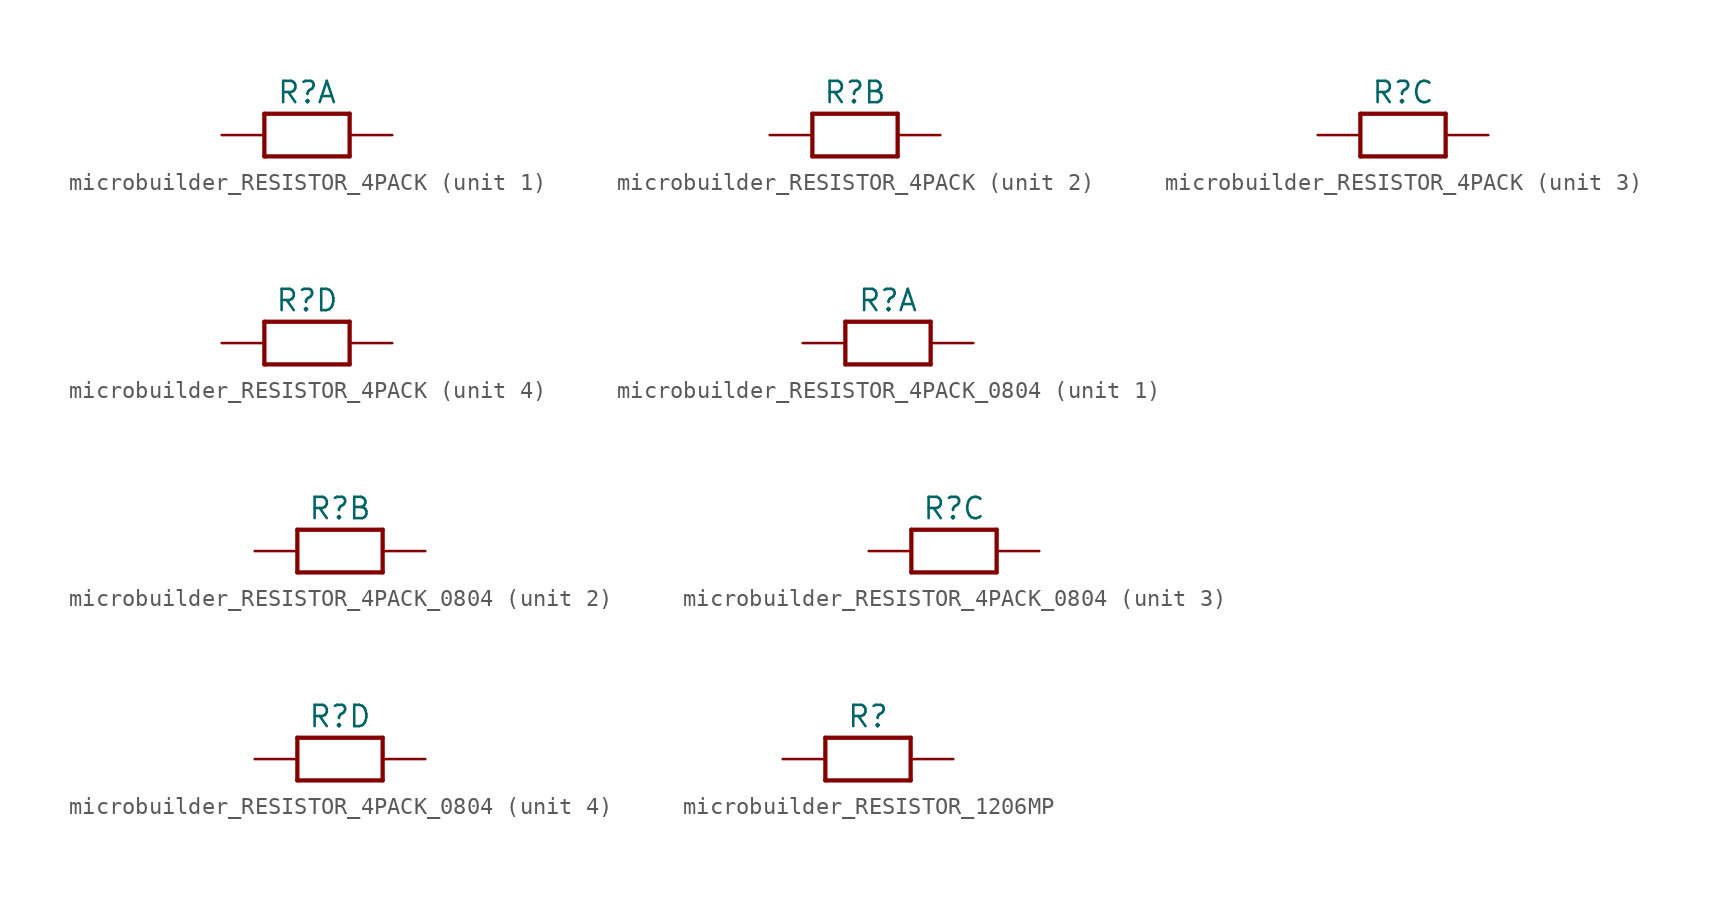
<source format=kicad_sym>
(kicad_symbol_lib
  (version 20231120)
  (generator "kicad_symbol_editor")
  (generator_version "8.0")
  (symbol "microbuilder_RESISTOR_4PACK"
    (property "Reference" "R"
      (at 0 2.54 0)
      (effects (font (size 1.27 1.27))))
    (property "Value" ""
      (at 0 0 0)
      (effects (font (size 1.016 1.016) (thickness 0.203) (bold yes))))
    (property "ki_locked" ""
      (at 0 0 0)
      (effects (font (size 1.27 1.27))))
    (symbol "microbuilder_RESISTOR_4PACK_1_0"
      (polyline (pts (xy -2.54 -1.27) (xy -2.54 1.27)) (stroke (width 0.254) (type solid)) (fill (type none)))
      (polyline (pts (xy -2.54 1.27) (xy 2.54 1.27)) (stroke (width 0.254) (type solid)) (fill (type none)))
      (polyline (pts (xy 2.54 -1.27) (xy -2.54 -1.27)) (stroke (width 0.254) (type solid)) (fill (type none)))
      (polyline (pts (xy 2.54 1.27) (xy 2.54 -1.27)) (stroke (width 0.254) (type solid)) (fill (type none)))
      (pin passive line (at -5.08 0 0) (length 2.54) (name "1" (effects (font (size 0 0)))) (number "1" (effects (font (size 0 0)))))
      (pin passive line (at 5.08 0 180) (length 2.54) (name "2" (effects (font (size 0 0)))) (number "8" (effects (font (size 0 0))))))
    (symbol "microbuilder_RESISTOR_4PACK_2_0"
      (polyline (pts (xy -2.54 -1.27) (xy -2.54 1.27)) (stroke (width 0.254) (type solid)) (fill (type none)))
      (polyline (pts (xy -2.54 1.27) (xy 2.54 1.27)) (stroke (width 0.254) (type solid)) (fill (type none)))
      (polyline (pts (xy 2.54 -1.27) (xy -2.54 -1.27)) (stroke (width 0.254) (type solid)) (fill (type none)))
      (polyline (pts (xy 2.54 1.27) (xy 2.54 -1.27)) (stroke (width 0.254) (type solid)) (fill (type none)))
      (pin passive line (at -5.08 0 0) (length 2.54) (name "1" (effects (font (size 0 0)))) (number "2" (effects (font (size 0 0)))))
      (pin passive line (at 5.08 0 180) (length 2.54) (name "2" (effects (font (size 0 0)))) (number "7" (effects (font (size 0 0))))))
    (symbol "microbuilder_RESISTOR_4PACK_3_0"
      (polyline (pts (xy -2.54 -1.27) (xy -2.54 1.27)) (stroke (width 0.254) (type solid)) (fill (type none)))
      (polyline (pts (xy -2.54 1.27) (xy 2.54 1.27)) (stroke (width 0.254) (type solid)) (fill (type none)))
      (polyline (pts (xy 2.54 -1.27) (xy -2.54 -1.27)) (stroke (width 0.254) (type solid)) (fill (type none)))
      (polyline (pts (xy 2.54 1.27) (xy 2.54 -1.27)) (stroke (width 0.254) (type solid)) (fill (type none)))
      (pin passive line (at -5.08 0 0) (length 2.54) (name "1" (effects (font (size 0 0)))) (number "3" (effects (font (size 0 0)))))
      (pin passive line (at 5.08 0 180) (length 2.54) (name "2" (effects (font (size 0 0)))) (number "6" (effects (font (size 0 0))))))
    (symbol "microbuilder_RESISTOR_4PACK_4_0"
      (polyline (pts (xy -2.54 -1.27) (xy -2.54 1.27)) (stroke (width 0.254) (type solid)) (fill (type none)))
      (polyline (pts (xy -2.54 1.27) (xy 2.54 1.27)) (stroke (width 0.254) (type solid)) (fill (type none)))
      (polyline (pts (xy 2.54 -1.27) (xy -2.54 -1.27)) (stroke (width 0.254) (type solid)) (fill (type none)))
      (polyline (pts (xy 2.54 1.27) (xy 2.54 -1.27)) (stroke (width 0.254) (type solid)) (fill (type none)))
      (pin passive line (at -5.08 0 0) (length 2.54) (name "1" (effects (font (size 0 0)))) (number "4" (effects (font (size 0 0)))))
      (pin passive line (at 5.08 0 180) (length 2.54) (name "2" (effects (font (size 0 0)))) (number "5" (effects (font (size 0 0)))))))
  (symbol "microbuilder_RESISTOR_4PACK_0804"
    (property "Reference" "R"
      (at 0 2.54 0)
      (effects (font (size 1.27 1.27))))
    (property "Value" ""
      (at 0 0 0)
      (effects (font (size 1.016 1.016) (thickness 0.203) (bold yes))))
    (property "ki_locked" ""
      (at 0 0 0)
      (effects (font (size 1.27 1.27))))
    (symbol "microbuilder_RESISTOR_4PACK_0804_1_0"
      (polyline (pts (xy -2.54 -1.27) (xy -2.54 1.27)) (stroke (width 0.254) (type solid)) (fill (type none)))
      (polyline (pts (xy -2.54 1.27) (xy 2.54 1.27)) (stroke (width 0.254) (type solid)) (fill (type none)))
      (polyline (pts (xy 2.54 -1.27) (xy -2.54 -1.27)) (stroke (width 0.254) (type solid)) (fill (type none)))
      (polyline (pts (xy 2.54 1.27) (xy 2.54 -1.27)) (stroke (width 0.254) (type solid)) (fill (type none)))
      (pin passive line (at -5.08 0 0) (length 2.54) (name "1" (effects (font (size 0 0)))) (number "1" (effects (font (size 0 0)))))
      (pin passive line (at 5.08 0 180) (length 2.54) (name "2" (effects (font (size 0 0)))) (number "8" (effects (font (size 0 0))))))
    (symbol "microbuilder_RESISTOR_4PACK_0804_2_0"
      (polyline (pts (xy -2.54 -1.27) (xy -2.54 1.27)) (stroke (width 0.254) (type solid)) (fill (type none)))
      (polyline (pts (xy -2.54 1.27) (xy 2.54 1.27)) (stroke (width 0.254) (type solid)) (fill (type none)))
      (polyline (pts (xy 2.54 -1.27) (xy -2.54 -1.27)) (stroke (width 0.254) (type solid)) (fill (type none)))
      (polyline (pts (xy 2.54 1.27) (xy 2.54 -1.27)) (stroke (width 0.254) (type solid)) (fill (type none)))
      (pin passive line (at -5.08 0 0) (length 2.54) (name "1" (effects (font (size 0 0)))) (number "2" (effects (font (size 0 0)))))
      (pin passive line (at 5.08 0 180) (length 2.54) (name "2" (effects (font (size 0 0)))) (number "7" (effects (font (size 0 0))))))
    (symbol "microbuilder_RESISTOR_4PACK_0804_3_0"
      (polyline (pts (xy -2.54 -1.27) (xy -2.54 1.27)) (stroke (width 0.254) (type solid)) (fill (type none)))
      (polyline (pts (xy -2.54 1.27) (xy 2.54 1.27)) (stroke (width 0.254) (type solid)) (fill (type none)))
      (polyline (pts (xy 2.54 -1.27) (xy -2.54 -1.27)) (stroke (width 0.254) (type solid)) (fill (type none)))
      (polyline (pts (xy 2.54 1.27) (xy 2.54 -1.27)) (stroke (width 0.254) (type solid)) (fill (type none)))
      (pin passive line (at -5.08 0 0) (length 2.54) (name "1" (effects (font (size 0 0)))) (number "3" (effects (font (size 0 0)))))
      (pin passive line (at 5.08 0 180) (length 2.54) (name "2" (effects (font (size 0 0)))) (number "6" (effects (font (size 0 0))))))
    (symbol "microbuilder_RESISTOR_4PACK_0804_4_0"
      (polyline (pts (xy -2.54 -1.27) (xy -2.54 1.27)) (stroke (width 0.254) (type solid)) (fill (type none)))
      (polyline (pts (xy -2.54 1.27) (xy 2.54 1.27)) (stroke (width 0.254) (type solid)) (fill (type none)))
      (polyline (pts (xy 2.54 -1.27) (xy -2.54 -1.27)) (stroke (width 0.254) (type solid)) (fill (type none)))
      (polyline (pts (xy 2.54 1.27) (xy 2.54 -1.27)) (stroke (width 0.254) (type solid)) (fill (type none)))
      (pin passive line (at -5.08 0 0) (length 2.54) (name "1" (effects (font (size 0 0)))) (number "4" (effects (font (size 0 0)))))
      (pin passive line (at 5.08 0 180) (length 2.54) (name "2" (effects (font (size 0 0)))) (number "5" (effects (font (size 0 0)))))))
  (symbol "microbuilder_RESISTOR_1206MP"
    (property "Reference" "R"
      (at 0 2.54 0)
      (effects (font (size 1.27 1.27))))
    (property "Value" ""
      (at 0 0 0)
      (effects (font (size 1.016 1.016) (thickness 0.203) (bold yes))))
    (property "ki_locked" ""
      (at 0 0 0)
      (effects (font (size 1.27 1.27))))
    (symbol "microbuilder_RESISTOR_1206MP_1_0"
      (polyline (pts (xy -2.54 -1.27) (xy -2.54 1.27)) (stroke (width 0.254) (type solid)) (fill (type none)))
      (polyline (pts (xy -2.54 1.27) (xy 2.54 1.27)) (stroke (width 0.254) (type solid)) (fill (type none)))
      (polyline (pts (xy 2.54 -1.27) (xy -2.54 -1.27)) (stroke (width 0.254) (type solid)) (fill (type none)))
      (polyline (pts (xy 2.54 1.27) (xy 2.54 -1.27)) (stroke (width 0.254) (type solid)) (fill (type none)))
      (pin passive line (at -5.08 0 0) (length 2.54) (name "1" (effects (font (size 0 0)))) (number "1" (effects (font (size 0 0)))))
      (pin passive line (at 5.08 0 180) (length 2.54) (name "2" (effects (font (size 0 0)))) (number "2" (effects (font (size 0 0))))))))
</source>
